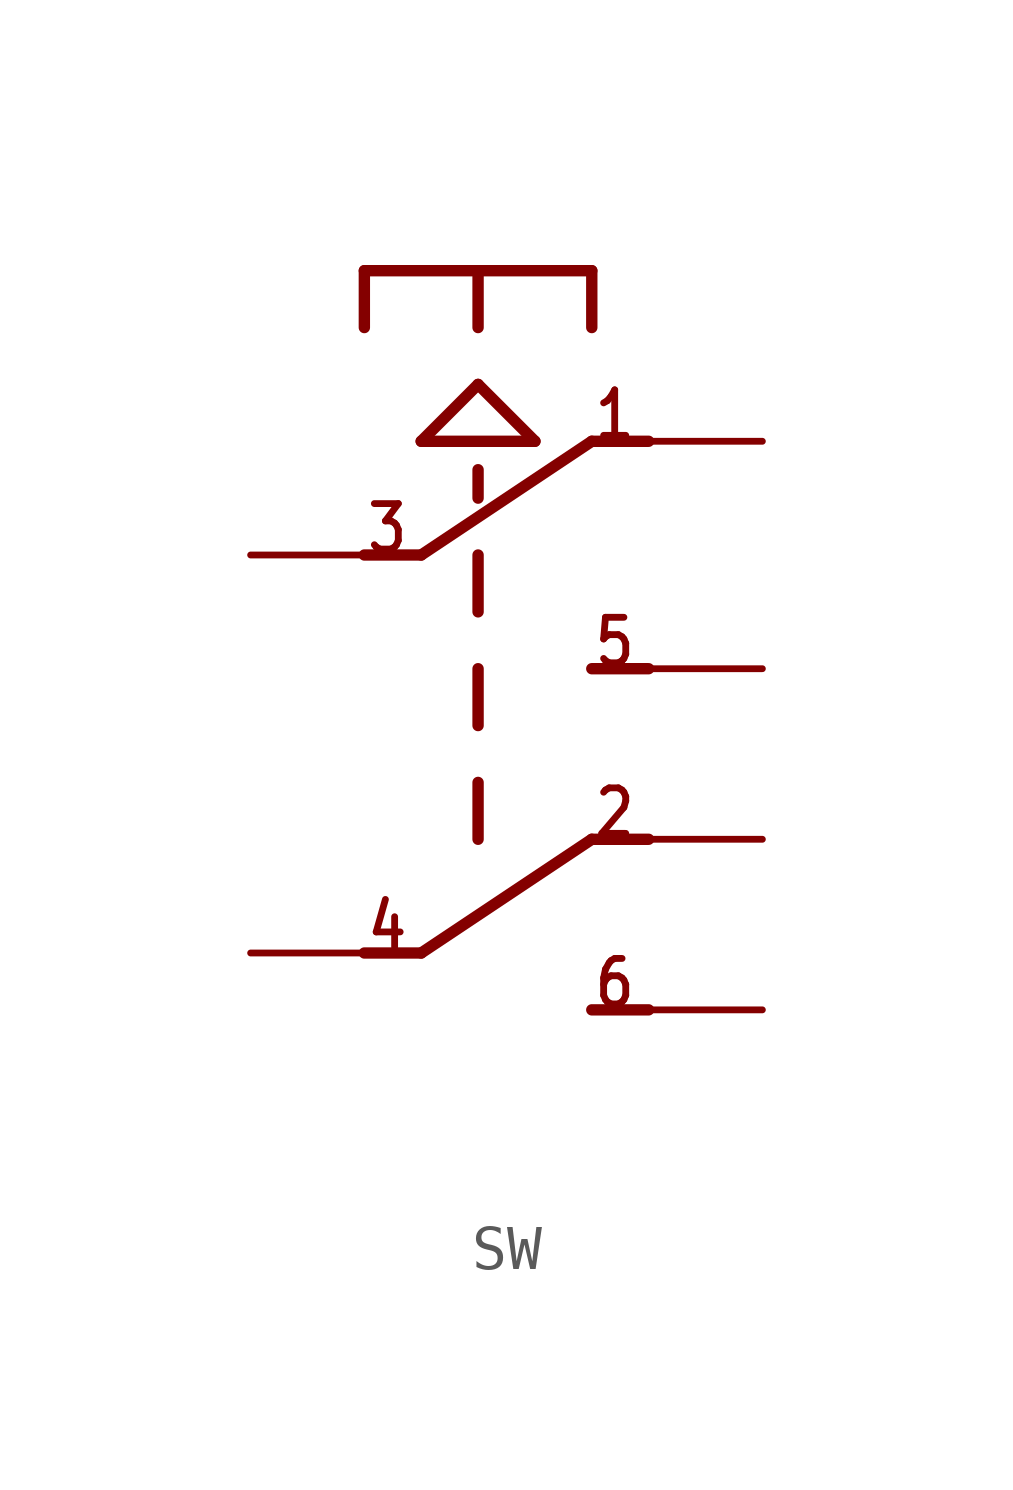
<source format=kicad_sym>
(kicad_symbol_lib
  (version 20220914)
  (generator kicad_symbol_editor)
  (symbol "SW"
    (property "Reference" ""
      (at 0 7.62 0)
      (effects (font (size 1.27 1.079)) (justify left bottom) hide))
    (property "Value" ""
      (at 0 -12.7 0)
      (effects (font (size 1.27 1.079)) (justify left bottom)))
    (property "ki_locked" ""
      (at 0 0 0)
      (effects (font (size 1.27 1.27))))
    (symbol "SW_1_0"
      (polyline (pts (xy 0 -8.89) (xy 1.27 -8.89)) (stroke (width 0.254) (type solid)) (fill (type none)))
      (polyline (pts (xy 0 0) (xy 1.27 0)) (stroke (width 0.254) (type solid)) (fill (type none)))
      (polyline (pts (xy 0 5.08) (xy 0 6.35)) (stroke (width 0.254) (type solid)) (fill (type none)))
      (polyline (pts (xy 0 6.35) (xy 2.54 6.35)) (stroke (width 0.254) (type solid)) (fill (type none)))
      (polyline (pts (xy 1.27 -8.89) (xy 5.08 -6.35)) (stroke (width 0.254) (type solid)) (fill (type none)))
      (polyline (pts (xy 1.27 0) (xy 5.08 2.54)) (stroke (width 0.254) (type solid)) (fill (type none)))
      (polyline (pts (xy 1.27 2.54) (xy 3.81 2.54)) (stroke (width 0.254) (type solid)) (fill (type none)))
      (polyline (pts (xy 2.54 -5.08) (xy 2.54 -6.35)) (stroke (width 0.254) (type solid)) (fill (type none)))
      (polyline (pts (xy 2.54 -2.54) (xy 2.54 -3.81)) (stroke (width 0.254) (type solid)) (fill (type none)))
      (polyline (pts (xy 2.54 0) (xy 2.54 -1.27)) (stroke (width 0.254) (type solid)) (fill (type none)))
      (polyline (pts (xy 2.54 1.27) (xy 2.54 1.905)) (stroke (width 0.254) (type solid)) (fill (type none)))
      (polyline (pts (xy 2.54 3.81) (xy 1.27 2.54)) (stroke (width 0.254) (type solid)) (fill (type none)))
      (polyline (pts (xy 2.54 3.81) (xy 3.81 2.54)) (stroke (width 0.254) (type solid)) (fill (type none)))
      (polyline (pts (xy 2.54 6.35) (xy 2.54 5.08)) (stroke (width 0.254) (type solid)) (fill (type none)))
      (polyline (pts (xy 2.54 6.35) (xy 5.08 6.35)) (stroke (width 0.254) (type solid)) (fill (type none)))
      (polyline (pts (xy 5.08 -10.16) (xy 6.35 -10.16)) (stroke (width 0.254) (type solid)) (fill (type none)))
      (polyline (pts (xy 5.08 -6.35) (xy 6.35 -6.35)) (stroke (width 0.254) (type solid)) (fill (type none)))
      (polyline (pts (xy 5.08 -2.54) (xy 6.35 -2.54)) (stroke (width 0.254) (type solid)) (fill (type none)))
      (polyline (pts (xy 5.08 2.54) (xy 6.35 2.54)) (stroke (width 0.254) (type solid)) (fill (type none)))
      (polyline (pts (xy 5.08 6.35) (xy 5.08 5.08)) (stroke (width 0.254) (type solid)) (fill (type none)))
      (text "1" (at 5.08 2.54 0) (effects (font (size 1.016 0.864)) (justify left bottom)))
      (text "2" (at 5.08 -6.35 0) (effects (font (size 1.016 0.864)) (justify left bottom)))
      (text "3" (at 0 0 0) (effects (font (size 1.016 0.864)) (justify left bottom)))
      (text "4" (at 0 -8.89 0) (effects (font (size 1.016 0.864)) (justify left bottom)))
      (text "5" (at 5.08 -2.54 0) (effects (font (size 1.016 0.864)) (justify left bottom)))
      (text "6" (at 5.08 -10.16 0) (effects (font (size 1.016 0.864)) (justify left bottom)))
      (pin bidirectional line (at 8.89 2.54 180) (length 2.54) (name "1" (effects (font (size 0 0)))) (number "1" (effects (font (size 0 0)))))
      (pin bidirectional line (at 8.89 -6.35 180) (length 2.54) (name "2" (effects (font (size 0 0)))) (number "2" (effects (font (size 0 0)))))
      (pin bidirectional line (at -2.54 0 0) (length 2.54) (name "3" (effects (font (size 0 0)))) (number "3" (effects (font (size 0 0)))))
      (pin bidirectional line (at -2.54 -8.89 0) (length 2.54) (name "4" (effects (font (size 0 0)))) (number "4" (effects (font (size 0 0)))))
      (pin bidirectional line (at 8.89 -2.54 180) (length 2.54) (name "5" (effects (font (size 0 0)))) (number "5" (effects (font (size 0 0)))))
      (pin bidirectional line (at 8.89 -10.16 180) (length 2.54) (name "6" (effects (font (size 0 0)))) (number "6" (effects (font (size 0 0))))))))
</source>
